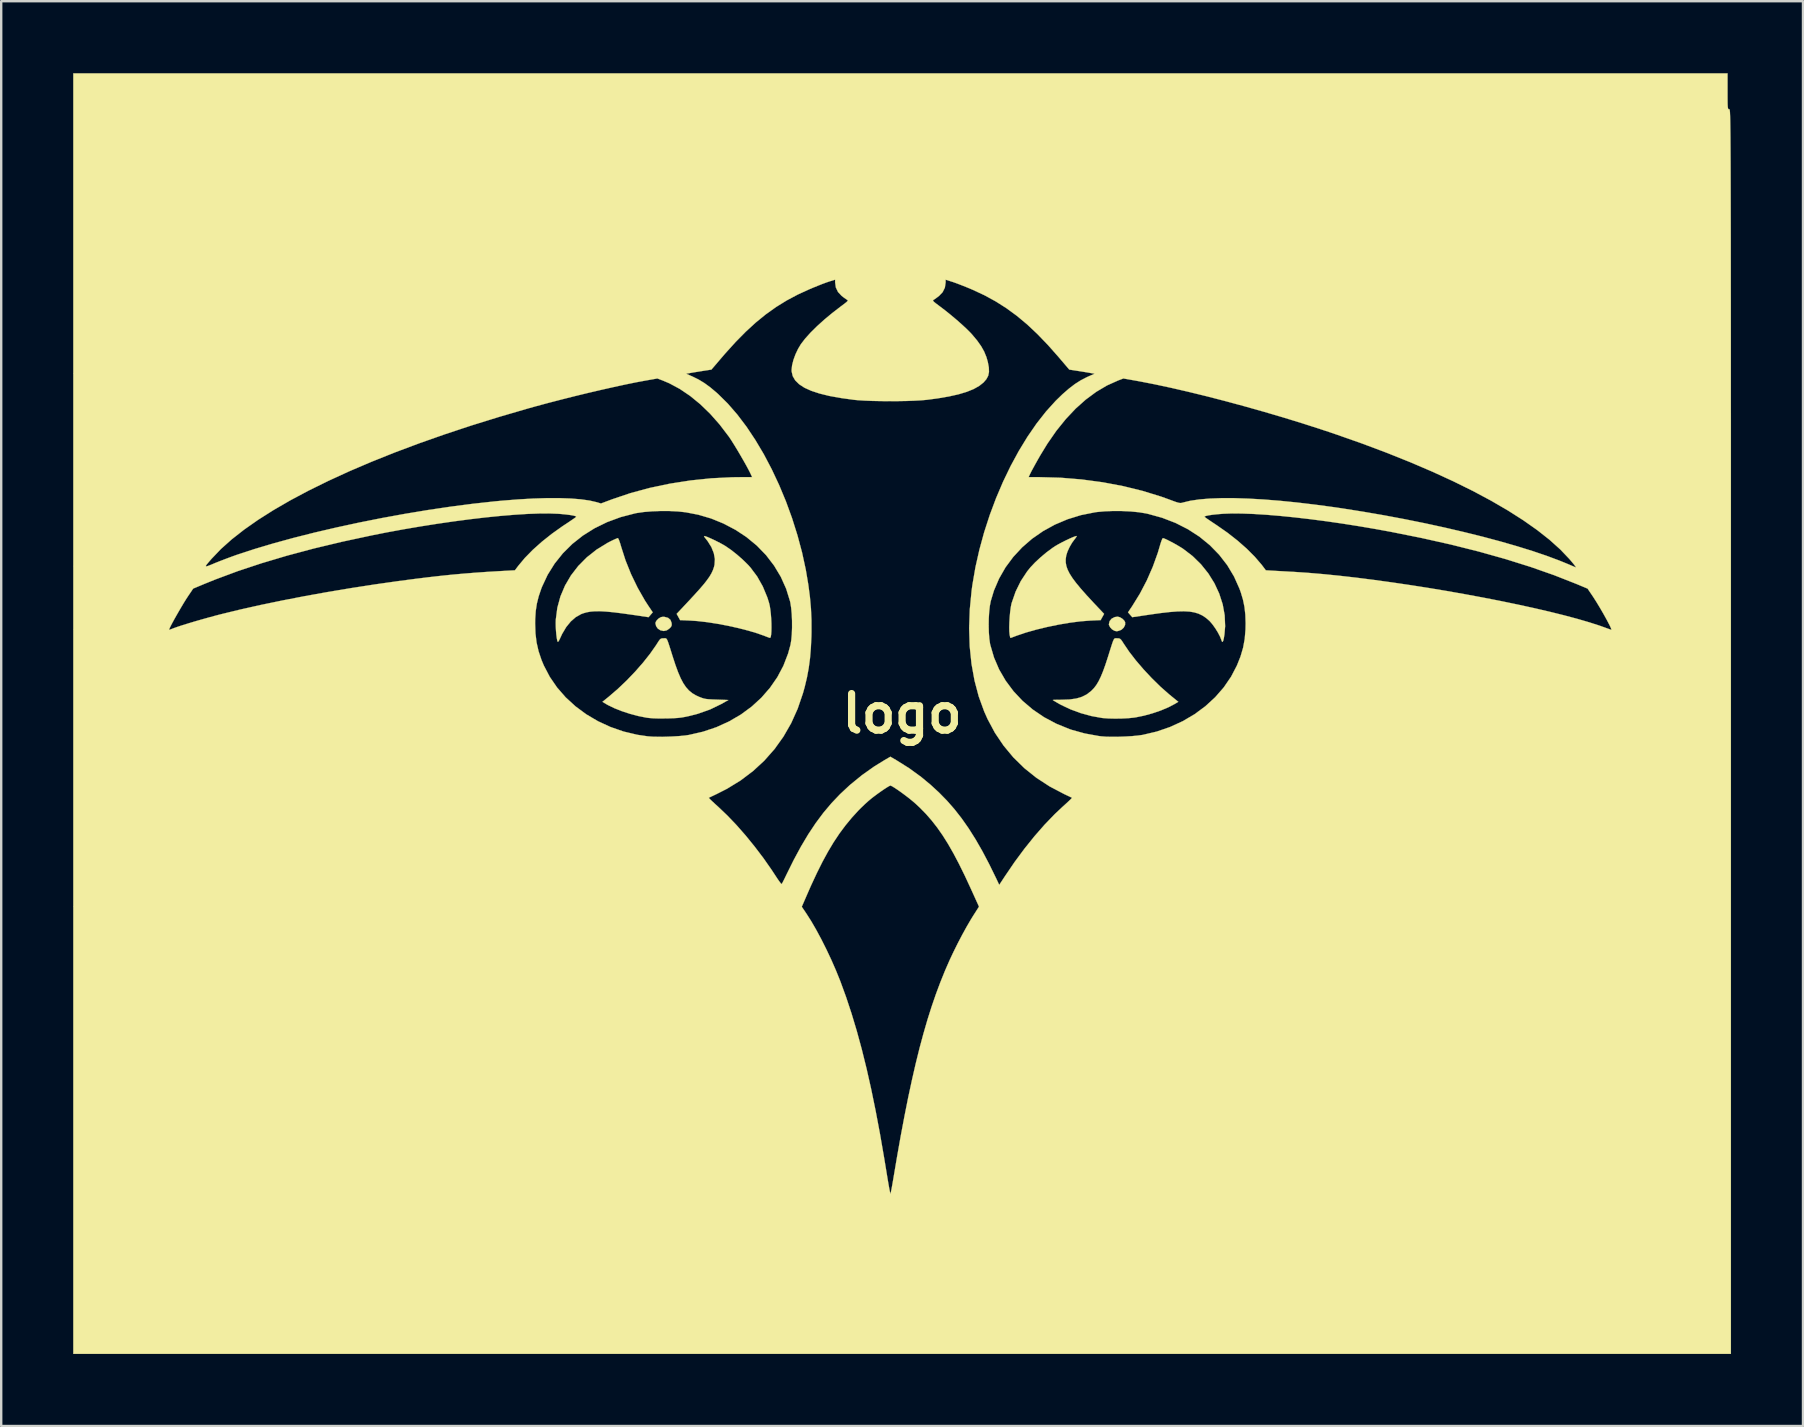
<source format=kicad_pcb>
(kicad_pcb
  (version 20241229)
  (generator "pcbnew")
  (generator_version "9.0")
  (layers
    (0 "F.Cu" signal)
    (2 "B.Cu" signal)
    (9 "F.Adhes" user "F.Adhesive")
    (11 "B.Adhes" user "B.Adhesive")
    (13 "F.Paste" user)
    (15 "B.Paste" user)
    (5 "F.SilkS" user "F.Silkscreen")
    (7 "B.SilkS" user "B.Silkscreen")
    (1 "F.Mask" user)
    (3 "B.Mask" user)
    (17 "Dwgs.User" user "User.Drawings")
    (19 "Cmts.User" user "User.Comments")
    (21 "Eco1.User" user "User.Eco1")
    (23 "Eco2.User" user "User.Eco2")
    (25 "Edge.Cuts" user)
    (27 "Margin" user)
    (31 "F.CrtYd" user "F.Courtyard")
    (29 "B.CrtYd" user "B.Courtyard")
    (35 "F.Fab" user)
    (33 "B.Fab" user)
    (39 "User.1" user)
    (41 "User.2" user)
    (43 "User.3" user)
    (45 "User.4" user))
  (footprint "logo"
    (layer "F.Cu")
    (at 34.546 26.69)
    (property "Reference" "logo" (at 0 0 0) (layer "F.SilkS") (effects (font (size 1.524 1.524) (thickness 0.3))))
    (attr through_hole)
    (fp_poly (pts (xy 9.079 -4.015) (xy 9.18 -3.954) (xy 9.261 -3.873) (xy 9.295 -3.81) (xy 9.294 -3.698) (xy 9.241 -3.588) (xy 9.148 -3.5) (xy 9.091 -3.472) (xy 8.999 -3.441) (xy 8.938 -3.432) (xy 8.877 -3.445) (xy 8.841 -3.457) (xy 8.748 -3.513) (xy 8.669 -3.599) (xy 8.623 -3.691) (xy 8.618 -3.724) (xy 8.649 -3.855) (xy 8.735 -3.958) (xy 8.863 -4.023) (xy 8.984 -4.04) (xy 9.079 -4.015)) (stroke (width 0.01) (type solid)) (fill yes) (layer "F.SilkS"))
    (fp_poly (pts (xy -9.897 -4.03) (xy -9.751 -3.99) (xy -9.655 -3.907) (xy -9.607 -3.781) (xy -9.606 -3.773) (xy -9.601 -3.684) (xy -9.63 -3.617) (xy -9.687 -3.555) (xy -9.808 -3.469) (xy -9.935 -3.442) (xy -10.076 -3.473) (xy -10.076 -3.473) (xy -10.179 -3.541) (xy -10.251 -3.644) (xy -10.279 -3.757) (xy -10.272 -3.81) (xy -10.231 -3.88) (xy -10.158 -3.954) (xy -10.142 -3.966) (xy -10.052 -4.02) (xy -9.963 -4.035) (xy -9.897 -4.03)) (stroke (width 0.01) (type solid)) (fill yes) (layer "F.SilkS"))
    (fp_poly (pts (xy -11.823 -7.286) (xy -11.79 -7.21) (xy -11.751 -7.097) (xy -11.71 -6.959) (xy -11.709 -6.954) (xy -11.526 -6.384) (xy -11.294 -5.807) (xy -11.021 -5.243) (xy -10.717 -4.71) (xy -10.57 -4.484) (xy -10.392 -4.22) (xy -10.48 -4.119) (xy -10.568 -4.018) (xy -11.252 -4.12) (xy -11.667 -4.178) (xy -12.021 -4.222) (xy -12.322 -4.251) (xy -12.578 -4.266) (xy -12.797 -4.265) (xy -12.985 -4.25) (xy -13.151 -4.22) (xy -13.301 -4.176) (xy -13.376 -4.147) (xy -13.599 -4.022) (xy -13.808 -3.84) (xy -13.999 -3.606) (xy -14.168 -3.321) (xy -14.252 -3.14) (xy -14.295 -3.052) (xy -14.33 -2.998) (xy -14.351 -2.99) (xy -14.373 -3.05) (xy -14.393 -3.158) (xy -14.411 -3.3) (xy -14.425 -3.462) (xy -14.434 -3.631) (xy -14.436 -3.793) (xy -14.432 -3.922) (xy -14.368 -4.412) (xy -14.239 -4.884) (xy -14.048 -5.335) (xy -13.8 -5.759) (xy -13.496 -6.153) (xy -13.139 -6.513) (xy -12.734 -6.834) (xy -12.281 -7.112) (xy -12.159 -7.176) (xy -12.033 -7.237) (xy -11.928 -7.284) (xy -11.86 -7.311) (xy -11.845 -7.314) (xy -11.823 -7.286)) (stroke (width 0.01) (type solid)) (fill yes) (layer "F.SilkS"))
    (fp_poly (pts (xy 10.924 -7.298) (xy 11.024 -7.254) (xy 11.155 -7.188) (xy 11.304 -7.11) (xy 11.457 -7.024) (xy 11.601 -6.938) (xy 11.71 -6.869) (xy 12.106 -6.565) (xy 12.458 -6.22) (xy 12.763 -5.84) (xy 13.017 -5.431) (xy 13.217 -5) (xy 13.361 -4.554) (xy 13.444 -4.099) (xy 13.463 -3.642) (xy 13.435 -3.305) (xy 13.408 -3.138) (xy 13.382 -3.033) (xy 13.356 -2.987) (xy 13.331 -3.002) (xy 13.313 -3.05) (xy 13.255 -3.2) (xy 13.164 -3.375) (xy 13.052 -3.557) (xy 12.931 -3.724) (xy 12.814 -3.859) (xy 12.789 -3.882) (xy 12.65 -3.999) (xy 12.505 -4.094) (xy 12.349 -4.167) (xy 12.174 -4.219) (xy 11.974 -4.252) (xy 11.741 -4.264) (xy 11.47 -4.258) (xy 11.153 -4.233) (xy 10.783 -4.191) (xy 10.354 -4.131) (xy 10.282 -4.12) (xy 9.591 -4.018) (xy 9.503 -4.119) (xy 9.415 -4.22) (xy 9.593 -4.484) (xy 9.909 -4.996) (xy 10.198 -5.548) (xy 10.449 -6.122) (xy 10.656 -6.697) (xy 10.732 -6.954) (xy 10.773 -7.093) (xy 10.812 -7.207) (xy 10.845 -7.284) (xy 10.868 -7.314) (xy 10.868 -7.314) (xy 10.924 -7.298)) (stroke (width 0.01) (type solid)) (fill yes) (layer "F.SilkS"))
    (fp_poly (pts (xy -9.837 -3.132) (xy -9.813 -3.109) (xy -9.787 -3.065) (xy -9.758 -2.993) (xy -9.722 -2.887) (xy -9.674 -2.739) (xy -9.613 -2.544) (xy -9.562 -2.38) (xy -9.446 -2.026) (xy -9.337 -1.728) (xy -9.23 -1.478) (xy -9.122 -1.272) (xy -9.008 -1.103) (xy -8.886 -0.966) (xy -8.751 -0.854) (xy -8.6 -0.763) (xy -8.461 -0.699) (xy -8.358 -0.659) (xy -8.27 -0.63) (xy -8.18 -0.611) (xy -8.07 -0.599) (xy -7.923 -0.59) (xy -7.728 -0.583) (xy -7.24 -0.566) (xy -7.536 -0.399) (xy -8.002 -0.173) (xy -8.514 0.008) (xy -8.862 0.098) (xy -9.035 0.135) (xy -9.186 0.162) (xy -9.336 0.18) (xy -9.506 0.191) (xy -9.717 0.199) (xy -9.822 0.201) (xy -10.121 0.204) (xy -10.365 0.197) (xy -10.564 0.181) (xy -10.659 0.168) (xy -10.995 0.101) (xy -11.342 0.009) (xy -11.681 -0.102) (xy -11.993 -0.226) (xy -12.261 -0.356) (xy -12.334 -0.398) (xy -12.488 -0.491) (xy -12.219 -0.709) (xy -11.851 -1.026) (xy -11.484 -1.375) (xy -11.13 -1.744) (xy -10.799 -2.121) (xy -10.503 -2.494) (xy -10.254 -2.85) (xy -10.206 -2.925) (xy -10.138 -3.031) (xy -10.089 -3.095) (xy -10.044 -3.126) (xy -9.99 -3.137) (xy -9.939 -3.138) (xy -9.897 -3.14) (xy -9.864 -3.14) (xy -9.837 -3.132)) (stroke (width 0.01) (type solid)) (fill yes) (layer "F.SilkS"))
    (fp_poly (pts (xy -8.213 -7.395) (xy -8.126 -7.365) (xy -8.005 -7.313) (xy -7.862 -7.248) (xy -7.71 -7.173) (xy -7.561 -7.096) (xy -7.428 -7.022) (xy -7.366 -6.985) (xy -7.133 -6.825) (xy -6.885 -6.63) (xy -6.643 -6.418) (xy -6.427 -6.206) (xy -6.326 -6.095) (xy -6.043 -5.719) (xy -5.806 -5.299) (xy -5.616 -4.842) (xy -5.544 -4.611) (xy -5.514 -4.482) (xy -5.49 -4.325) (xy -5.47 -4.147) (xy -5.456 -3.959) (xy -5.447 -3.771) (xy -5.445 -3.592) (xy -5.448 -3.431) (xy -5.457 -3.299) (xy -5.473 -3.205) (xy -5.495 -3.158) (xy -5.506 -3.155) (xy -5.549 -3.168) (xy -5.633 -3.199) (xy -5.705 -3.227) (xy -6.029 -3.344) (xy -6.407 -3.457) (xy -6.823 -3.564) (xy -7.26 -3.661) (xy -7.701 -3.744) (xy -8.131 -3.811) (xy -8.534 -3.857) (xy -8.822 -3.877) (xy -9.252 -3.896) (xy -9.324 -4.026) (xy -9.396 -4.157) (xy -8.912 -4.672) (xy -8.658 -4.946) (xy -8.446 -5.181) (xy -8.273 -5.382) (xy -8.135 -5.557) (xy -8.026 -5.711) (xy -7.944 -5.849) (xy -7.884 -5.979) (xy -7.841 -6.105) (xy -7.817 -6.205) (xy -7.802 -6.438) (xy -7.847 -6.686) (xy -7.948 -6.939) (xy -8.102 -7.185) (xy -8.178 -7.281) (xy -8.23 -7.348) (xy -8.253 -7.392) (xy -8.253 -7.4) (xy -8.213 -7.395)) (stroke (width 0.01) (type solid)) (fill yes) (layer "F.SilkS"))
    (fp_poly (pts (xy 7.276 -7.4) (xy 7.266 -7.37) (xy 7.225 -7.309) (xy 7.202 -7.281) (xy 7.085 -7.123) (xy 6.978 -6.939) (xy 6.892 -6.752) (xy 6.84 -6.587) (xy 6.84 -6.585) (xy 6.819 -6.439) (xy 6.82 -6.296) (xy 6.846 -6.149) (xy 6.9 -5.995) (xy 6.984 -5.829) (xy 7.102 -5.645) (xy 7.257 -5.438) (xy 7.451 -5.204) (xy 7.687 -4.937) (xy 7.969 -4.632) (xy 8.039 -4.558) (xy 8.419 -4.156) (xy 8.275 -3.896) (xy 7.845 -3.877) (xy 7.443 -3.846) (xy 6.999 -3.789) (xy 6.53 -3.71) (xy 6.055 -3.612) (xy 5.591 -3.5) (xy 5.158 -3.377) (xy 4.774 -3.247) (xy 4.715 -3.225) (xy 4.613 -3.186) (xy 4.54 -3.159) (xy 4.516 -3.152) (xy 4.505 -3.179) (xy 4.489 -3.248) (xy 4.481 -3.293) (xy 4.468 -3.425) (xy 4.465 -3.601) (xy 4.471 -3.805) (xy 4.484 -4.021) (xy 4.503 -4.232) (xy 4.528 -4.422) (xy 4.557 -4.575) (xy 4.567 -4.611) (xy 4.732 -5.085) (xy 4.947 -5.523) (xy 5.209 -5.921) (xy 5.349 -6.095) (xy 5.542 -6.3) (xy 5.773 -6.514) (xy 6.02 -6.721) (xy 6.264 -6.902) (xy 6.389 -6.985) (xy 6.509 -7.055) (xy 6.651 -7.131) (xy 6.803 -7.208) (xy 6.952 -7.279) (xy 7.087 -7.339) (xy 7.194 -7.381) (xy 7.261 -7.401) (xy 7.276 -7.4)) (stroke (width 0.01) (type solid)) (fill yes) (layer "F.SilkS"))
    (fp_poly (pts (xy 8.932 -3.139) (xy 8.962 -3.138) (xy 9.031 -3.135) (xy 9.08 -3.12) (xy 9.125 -3.08) (xy 9.178 -3.006) (xy 9.229 -2.925) (xy 9.463 -2.579) (xy 9.745 -2.214) (xy 10.064 -1.842) (xy 10.407 -1.475) (xy 10.762 -1.127) (xy 11.12 -0.81) (xy 11.227 -0.722) (xy 11.512 -0.491) (xy 11.365 -0.403) (xy 11.098 -0.263) (xy 10.782 -0.13) (xy 10.436 -0.012) (xy 10.081 0.086) (xy 9.737 0.156) (xy 9.665 0.167) (xy 9.433 0.191) (xy 9.162 0.205) (xy 8.878 0.209) (xy 8.605 0.203) (xy 8.369 0.186) (xy 8.326 0.181) (xy 7.892 0.102) (xy 7.448 -0.019) (xy 7.019 -0.177) (xy 6.628 -0.362) (xy 6.568 -0.394) (xy 6.446 -0.464) (xy 6.35 -0.521) (xy 6.291 -0.558) (xy 6.28 -0.567) (xy 6.313 -0.571) (xy 6.401 -0.574) (xy 6.53 -0.576) (xy 6.655 -0.577) (xy 6.985 -0.589) (xy 7.261 -0.629) (xy 7.495 -0.699) (xy 7.698 -0.802) (xy 7.88 -0.943) (xy 7.889 -0.951) (xy 7.997 -1.063) (xy 8.096 -1.193) (xy 8.19 -1.35) (xy 8.282 -1.538) (xy 8.376 -1.767) (xy 8.475 -2.042) (xy 8.582 -2.37) (xy 8.585 -2.38) (xy 8.657 -2.611) (xy 8.714 -2.79) (xy 8.757 -2.924) (xy 8.791 -3.019) (xy 8.819 -3.081) (xy 8.843 -3.118) (xy 8.868 -3.135) (xy 8.897 -3.14) (xy 8.932 -3.139)) (stroke (width 0.01) (type solid)) (fill yes) (layer "F.SilkS"))
    (fp_poly (pts (xy 34.402 -25.936) (xy 34.402 -25.702) (xy 34.403 -25.524) (xy 34.405 -25.391) (xy 34.41 -25.299) (xy 34.418 -25.24) (xy 34.428 -25.206) (xy 34.444 -25.19) (xy 34.464 -25.186) (xy 34.471 -25.186) (xy 34.475 -25.186) (xy 34.479 -25.184) (xy 34.483 -25.18) (xy 34.487 -25.172) (xy 34.49 -25.16) (xy 34.493 -25.141) (xy 34.497 -25.115) (xy 34.5 -25.081) (xy 34.503 -25.036) (xy 34.505 -24.981) (xy 34.508 -24.914) (xy 34.51 -24.833) (xy 34.513 -24.737) (xy 34.515 -24.626) (xy 34.517 -24.498) (xy 34.519 -24.351) (xy 34.521 -24.185) (xy 34.523 -23.998) (xy 34.524 -23.789) (xy 34.526 -23.558) (xy 34.527 -23.302) (xy 34.529 -23.02) (xy 34.53 -22.712) (xy 34.531 -22.375) (xy 34.532 -22.01) (xy 34.533 -21.614) (xy 34.534 -21.186) (xy 34.535 -20.726) (xy 34.536 -20.232) (xy 34.537 -19.702) (xy 34.537 -19.136) (xy 34.538 -18.532) (xy 34.538 -17.889) (xy 34.539 -17.207) (xy 34.539 -16.482) (xy 34.54 -15.716) (xy 34.54 -14.905) (xy 34.54 -14.05) (xy 34.54 -13.149) (xy 34.541 -12.2) (xy 34.541 -11.202) (xy 34.541 -10.155) (xy 34.541 -9.057) (xy 34.541 -7.906) (xy 34.541 -6.702) (xy 34.541 -5.443) (xy 34.541 -4.129) (xy 34.541 -2.757) (xy 34.541 -1.327) (xy 34.541 0.162) (xy 34.541 26.685) (xy -34.541 26.685) (xy -34.541 8.05) (xy -4.181 8.05) (xy -3.991 8.332) (xy -3.79 8.647) (xy -3.579 9.011) (xy -3.364 9.411) (xy -3.151 9.835) (xy -2.945 10.274) (xy -2.752 10.715) (xy -2.578 11.146) (xy -2.569 11.17) (xy -2.333 11.817) (xy -2.107 12.5) (xy -1.89 13.222) (xy -1.682 13.985) (xy -1.482 14.792) (xy -1.289 15.648) (xy -1.103 16.554) (xy -0.922 17.513) (xy -0.746 18.53) (xy -0.674 18.966) (xy -0.634 19.211) (xy -0.597 19.436) (xy -0.563 19.633) (xy -0.534 19.797) (xy -0.51 19.919) (xy -0.495 19.993) (xy -0.488 20.014) (xy -0.477 19.985) (xy -0.459 19.905) (xy -0.435 19.783) (xy -0.407 19.627) (xy -0.376 19.448) (xy -0.372 19.425) (xy -0.213 18.485) (xy -0.057 17.604) (xy 0.099 16.776) (xy 0.254 15.999) (xy 0.411 15.269) (xy 0.568 14.583) (xy 0.728 13.937) (xy 0.892 13.328) (xy 1.059 12.752) (xy 1.232 12.206) (xy 1.411 11.686) (xy 1.597 11.189) (xy 1.79 10.711) (xy 1.977 10.283) (xy 2.142 9.932) (xy 2.322 9.569) (xy 2.51 9.21) (xy 2.697 8.871) (xy 2.876 8.565) (xy 2.974 8.407) (xy 3.205 8.046) (xy 2.86 7.285) (xy 2.609 6.745) (xy 2.37 6.26) (xy 2.139 5.823) (xy 1.914 5.429) (xy 1.69 5.073) (xy 1.464 4.75) (xy 1.233 4.454) (xy 0.993 4.179) (xy 0.74 3.921) (xy 0.561 3.754) (xy 0.438 3.648) (xy 0.294 3.53) (xy 0.137 3.41) (xy -0.022 3.292) (xy -0.172 3.186) (xy -0.305 3.097) (xy -0.409 3.033) (xy -0.476 3.001) (xy -0.488 2.999) (xy -0.534 3.018) (xy -0.622 3.069) (xy -0.741 3.146) (xy -0.88 3.241) (xy -1.029 3.347) (xy -1.175 3.456) (xy -1.269 3.528) (xy -1.403 3.64) (xy -1.558 3.78) (xy -1.713 3.929) (xy -1.817 4.033) (xy -2.098 4.341) (xy -2.361 4.66) (xy -2.611 4.996) (xy -2.851 5.356) (xy -3.085 5.747) (xy -3.318 6.174) (xy -3.553 6.645) (xy -3.795 7.165) (xy -3.945 7.506) (xy -4.181 8.05) (xy -34.541 8.05) (xy -34.541 -3.499) (xy -30.55 -3.499) (xy -30.549 -3.489) (xy -30.513 -3.5) (xy -30.433 -3.53) (xy -30.347 -3.563) (xy -30.197 -3.616) (xy -29.992 -3.684) (xy -29.744 -3.76) (xy -29.732 -3.764) (xy -15.294 -3.764) (xy -15.28 -3.346) (xy -15.234 -2.965) (xy -15.151 -2.601) (xy -15.028 -2.235) (xy -14.931 -2.004) (xy -14.683 -1.53) (xy -14.378 -1.086) (xy -14.02 -0.676) (xy -13.614 -0.304) (xy -13.165 0.028) (xy -12.678 0.316) (xy -12.158 0.556) (xy -11.609 0.747) (xy -11.037 0.883) (xy -10.603 0.947) (xy -10.397 0.962) (xy -10.142 0.967) (xy -9.859 0.965) (xy -9.568 0.954) (xy -9.29 0.937) (xy -9.046 0.913) (xy -8.893 0.891) (xy -8.302 0.756) (xy -7.74 0.567) (xy -7.212 0.327) (xy -6.721 0.041) (xy -6.271 -0.29) (xy -5.865 -0.662) (xy -5.507 -1.073) (xy -5.199 -1.518) (xy -4.946 -1.996) (xy -4.751 -2.503) (xy -4.652 -2.862) (xy -4.618 -3.065) (xy -4.596 -3.311) (xy -4.586 -3.585) (xy -4.587 -3.87) (xy -4.599 -4.149) (xy -4.623 -4.406) (xy -4.657 -4.625) (xy -4.67 -4.682) (xy -4.832 -5.204) (xy -5.055 -5.701) (xy -5.336 -6.169) (xy -5.67 -6.605) (xy -6.057 -7.004) (xy -6.491 -7.361) (xy -6.937 -7.655) (xy -7.443 -7.921) (xy -7.957 -8.131) (xy -8.49 -8.288) (xy -9.019 -8.39) (xy -9.331 -8.424) (xy -9.681 -8.442) (xy -10.05 -8.444) (xy -10.417 -8.43) (xy -10.762 -8.402) (xy -11.065 -8.358) (xy -11.13 -8.345) (xy -11.729 -8.189) (xy -12.293 -7.981) (xy -12.818 -7.724) (xy -13.303 -7.42) (xy -13.744 -7.072) (xy -14.138 -6.681) (xy -14.482 -6.251) (xy -14.774 -5.783) (xy -15.009 -5.281) (xy -15.038 -5.205) (xy -15.146 -4.887) (xy -15.222 -4.583) (xy -15.269 -4.274) (xy -15.291 -3.937) (xy -15.294 -3.764) (xy -29.732 -3.764) (xy -29.466 -3.844) (xy -29.169 -3.929) (xy -28.866 -4.014) (xy -28.569 -4.094) (xy -28.358 -4.148) (xy -27.573 -4.339) (xy -26.729 -4.528) (xy -25.835 -4.713) (xy -24.902 -4.894) (xy -23.94 -5.067) (xy -22.96 -5.231) (xy -21.971 -5.384) (xy -20.984 -5.524) (xy -20.306 -5.613) (xy -19.764 -5.68) (xy -19.261 -5.737) (xy -18.782 -5.787) (xy -18.309 -5.83) (xy -17.825 -5.869) (xy -17.313 -5.905) (xy -16.757 -5.938) (xy -16.451 -5.955) (xy -16.137 -5.972) (xy -15.994 -6.161) (xy -15.721 -6.488) (xy -15.392 -6.824) (xy -15.015 -7.161) (xy -14.6 -7.491) (xy -14.158 -7.806) (xy -14.096 -7.847) (xy -13.933 -7.954) (xy -13.792 -8.05) (xy -13.679 -8.127) (xy -13.606 -8.18) (xy -13.58 -8.202) (xy -13.603 -8.225) (xy -13.687 -8.25) (xy -13.824 -8.275) (xy -14.003 -8.298) (xy -14.217 -8.319) (xy -14.34 -8.328) (xy -14.71 -8.342) (xy -15.14 -8.339) (xy -15.626 -8.321) (xy -16.161 -8.287) (xy -16.739 -8.239) (xy -17.354 -8.177) (xy -18 -8.101) (xy -18.671 -8.013) (xy -19.362 -7.913) (xy -20.066 -7.802) (xy -20.777 -7.681) (xy -21.49 -7.55) (xy -22.085 -7.432) (xy -23.33 -7.165) (xy -24.514 -6.882) (xy -25.637 -6.582) (xy -26.697 -6.266) (xy -27.692 -5.936) (xy -28.622 -5.59) (xy -29.086 -5.402) (xy -29.545 -5.21) (xy -29.76 -4.892) (xy -29.841 -4.768) (xy -29.934 -4.618) (xy -30.034 -4.451) (xy -30.137 -4.275) (xy -30.238 -4.099) (xy -30.333 -3.931) (xy -30.416 -3.778) (xy -30.483 -3.65) (xy -30.529 -3.554) (xy -30.55 -3.499) (xy -34.541 -3.499) (xy -34.541 -6.15) (xy -29.021 -6.15) (xy -29.002 -6.134) (xy -28.928 -6.154) (xy -28.798 -6.204) (xy -28.64 -6.271) (xy -28.435 -6.353) (xy -28.195 -6.445) (xy -27.949 -6.537) (xy -27.726 -6.617) (xy -27.72 -6.619) (xy -26.993 -6.857) (xy -26.205 -7.092) (xy -25.366 -7.322) (xy -24.484 -7.545) (xy -23.569 -7.758) (xy -22.63 -7.961) (xy -21.675 -8.151) (xy -20.715 -8.326) (xy -19.757 -8.485) (xy -18.812 -8.625) (xy -17.888 -8.745) (xy -16.994 -8.843) (xy -16.676 -8.873) (xy -16.009 -8.926) (xy -15.384 -8.962) (xy -14.806 -8.98) (xy -14.277 -8.98) (xy -13.8 -8.963) (xy -13.381 -8.929) (xy -13.021 -8.878) (xy -12.724 -8.809) (xy -12.704 -8.803) (xy -12.55 -8.756) (xy -12.076 -8.934) (xy -11.317 -9.19) (xy -10.513 -9.407) (xy -9.676 -9.583) (xy -8.816 -9.717) (xy -7.944 -9.807) (xy -7.073 -9.85) (xy -6.727 -9.854) (xy -6.249 -9.854) (xy -6.324 -10.015) (xy -6.394 -10.154) (xy -6.49 -10.333) (xy -6.606 -10.539) (xy -6.733 -10.759) (xy -6.864 -10.981) (xy -6.991 -11.19) (xy -7.107 -11.375) (xy -7.204 -11.522) (xy -7.226 -11.552) (xy -7.604 -12.048) (xy -8 -12.496) (xy -8.411 -12.894) (xy -8.834 -13.24) (xy -9.266 -13.532) (xy -9.704 -13.767) (xy -9.976 -13.882) (xy -10.199 -13.967) (xy -10.691 -13.88) (xy -11.081 -13.808) (xy -11.527 -13.717) (xy -12.016 -13.611) (xy -12.539 -13.493) (xy -13.083 -13.366) (xy -13.639 -13.231) (xy -14.194 -13.091) (xy -14.739 -12.95) (xy -15.262 -12.809) (xy -15.595 -12.716) (xy -16.79 -12.367) (xy -17.945 -12.009) (xy -19.057 -11.641) (xy -20.125 -11.265) (xy -21.147 -10.882) (xy -22.12 -10.492) (xy -23.043 -10.098) (xy -23.914 -9.698) (xy -24.731 -9.296) (xy -25.492 -8.891) (xy -26.195 -8.484) (xy -26.839 -8.076) (xy -27.42 -7.669) (xy -27.938 -7.263) (xy -28.39 -6.859) (xy -28.774 -6.457) (xy -28.788 -6.442) (xy -28.911 -6.3) (xy -28.99 -6.204) (xy -29.021 -6.15) (xy -34.541 -6.15) (xy -34.541 -14.164) (xy -8.999 -14.164) (xy -8.73 -14.045) (xy -8.481 -13.922) (xy -8.242 -13.777) (xy -7.999 -13.6) (xy -7.738 -13.381) (xy -7.672 -13.322) (xy -7.265 -12.92) (xy -6.868 -12.463) (xy -6.484 -11.956) (xy -6.116 -11.403) (xy -5.764 -10.811) (xy -5.434 -10.184) (xy -5.126 -9.528) (xy -4.843 -8.849) (xy -4.588 -8.15) (xy -4.363 -7.438) (xy -4.17 -6.718) (xy -4.013 -5.995) (xy -3.908 -5.371) (xy -3.841 -4.855) (xy -3.798 -4.371) (xy -3.777 -3.895) (xy -3.776 -3.4) (xy -3.78 -3.213) (xy -3.802 -2.736) (xy -3.838 -2.303) (xy -3.892 -1.898) (xy -3.965 -1.505) (xy -4.06 -1.107) (xy -4.134 -0.842) (xy -4.353 -0.202) (xy -4.623 0.399) (xy -4.945 0.959) (xy -5.317 1.479) (xy -5.739 1.957) (xy -6.21 2.392) (xy -6.728 2.784) (xy -7.294 3.131) (xy -7.729 3.352) (xy -7.861 3.415) (xy -7.969 3.466) (xy -8.038 3.5) (xy -8.057 3.509) (xy -8.038 3.533) (xy -7.979 3.593) (xy -7.885 3.682) (xy -7.765 3.793) (xy -7.653 3.894) (xy -7.286 4.244) (xy -6.906 4.641) (xy -6.523 5.077) (xy -6.145 5.542) (xy -5.779 6.024) (xy -5.436 6.515) (xy -5.262 6.78) (xy -5.178 6.907) (xy -5.105 7.01) (xy -5.051 7.079) (xy -5.021 7.105) (xy -5.019 7.104) (xy -4.998 7.07) (xy -4.956 6.99) (xy -4.899 6.877) (xy -4.833 6.74) (xy -4.822 6.717) (xy -4.517 6.101) (xy -4.214 5.54) (xy -3.909 5.028) (xy -3.598 4.56) (xy -3.276 4.129) (xy -2.94 3.731) (xy -2.585 3.358) (xy -2.207 3.005) (xy -2.166 2.968) (xy -1.667 2.561) (xy -1.158 2.201) (xy -0.741 1.944) (xy -0.488 1.797) (xy -0.236 1.944) (xy 0.295 2.277) (xy 0.801 2.646) (xy 1.189 2.968) (xy 1.539 3.29) (xy 1.868 3.626) (xy 2.181 3.983) (xy 2.481 4.366) (xy 2.772 4.781) (xy 3.057 5.232) (xy 3.341 5.726) (xy 3.627 6.269) (xy 3.919 6.865) (xy 3.992 7.02) (xy 4.048 7.14) (xy 4.287 6.776) (xy 4.685 6.191) (xy 5.097 5.634) (xy 5.518 5.11) (xy 5.941 4.627) (xy 6.36 4.192) (xy 6.676 3.894) (xy 6.812 3.771) (xy 6.928 3.664) (xy 7.016 3.58) (xy 7.068 3.526) (xy 7.08 3.509) (xy 7.045 3.491) (xy 6.962 3.451) (xy 6.845 3.396) (xy 6.752 3.352) (xy 6.152 3.037) (xy 5.599 2.677) (xy 5.093 2.272) (xy 4.636 1.824) (xy 4.227 1.332) (xy 3.868 0.799) (xy 3.56 0.223) (xy 3.42 -0.092) (xy 3.194 -0.714) (xy 3.019 -1.375) (xy 2.893 -2.072) (xy 2.818 -2.801) (xy 2.794 -3.558) (xy 2.798 -3.672) (xy 3.608 -3.672) (xy 3.615 -3.393) (xy 3.633 -3.137) (xy 3.664 -2.919) (xy 3.676 -2.862) (xy 3.83 -2.337) (xy 4.044 -1.838) (xy 4.317 -1.369) (xy 4.643 -0.932) (xy 5.02 -0.531) (xy 5.446 -0.169) (xy 5.916 0.15) (xy 6.427 0.422) (xy 6.977 0.646) (xy 7.067 0.677) (xy 7.612 0.828) (xy 8.188 0.933) (xy 8.294 0.947) (xy 8.488 0.962) (xy 8.732 0.968) (xy 9.006 0.966) (xy 9.292 0.956) (xy 9.57 0.94) (xy 9.82 0.916) (xy 10.024 0.888) (xy 10.031 0.886) (xy 10.614 0.749) (xy 11.171 0.557) (xy 11.698 0.315) (xy 12.189 0.026) (xy 12.641 -0.308) (xy 13.048 -0.682) (xy 13.406 -1.093) (xy 13.711 -1.538) (xy 13.954 -2.004) (xy 14.104 -2.38) (xy 14.211 -2.743) (xy 14.279 -3.111) (xy 14.312 -3.505) (xy 14.317 -3.764) (xy 14.305 -4.121) (xy 14.27 -4.441) (xy 14.208 -4.744) (xy 14.116 -5.053) (xy 14.061 -5.205) (xy 13.834 -5.713) (xy 13.551 -6.186) (xy 13.214 -6.621) (xy 12.827 -7.018) (xy 12.393 -7.373) (xy 11.914 -7.683) (xy 11.394 -7.947) (xy 10.836 -8.162) (xy 10.691 -8.202) (xy 12.603 -8.202) (xy 12.633 -8.177) (xy 12.709 -8.122) (xy 12.824 -8.044) (xy 12.968 -7.947) (xy 13.119 -7.847) (xy 13.564 -7.536) (xy 13.982 -7.208) (xy 14.364 -6.872) (xy 14.7 -6.535) (xy 14.981 -6.208) (xy 15.017 -6.161) (xy 15.16 -5.972) (xy 15.439 -5.956) (xy 15.57 -5.948) (xy 15.752 -5.938) (xy 15.966 -5.926) (xy 16.192 -5.913) (xy 16.329 -5.906) (xy 16.924 -5.866) (xy 17.561 -5.812) (xy 18.235 -5.744) (xy 18.94 -5.664) (xy 19.669 -5.571) (xy 20.417 -5.468) (xy 21.177 -5.356) (xy 21.944 -5.236) (xy 22.711 -5.108) (xy 23.472 -4.973) (xy 24.221 -4.834) (xy 24.953 -4.691) (xy 25.661 -4.544) (xy 26.339 -4.396) (xy 26.981 -4.247) (xy 27.581 -4.098) (xy 28.133 -3.951) (xy 28.631 -3.806) (xy 29.07 -3.665) (xy 29.29 -3.586) (xy 29.41 -3.542) (xy 29.505 -3.509) (xy 29.556 -3.493) (xy 29.559 -3.492) (xy 29.559 -3.515) (xy 29.534 -3.58) (xy 29.495 -3.665) (xy 29.373 -3.899) (xy 29.231 -4.156) (xy 29.08 -4.416) (xy 28.932 -4.66) (xy 28.798 -4.87) (xy 28.783 -4.892) (xy 28.568 -5.209) (xy 28.092 -5.408) (xy 27.174 -5.769) (xy 26.191 -6.114) (xy 25.144 -6.442) (xy 24.037 -6.753) (xy 22.87 -7.046) (xy 21.647 -7.32) (xy 20.369 -7.576) (xy 19.73 -7.693) (xy 19.031 -7.812) (xy 18.338 -7.921) (xy 17.657 -8.019) (xy 16.995 -8.105) (xy 16.357 -8.179) (xy 15.75 -8.24) (xy 15.18 -8.287) (xy 14.652 -8.32) (xy 14.173 -8.338) (xy 13.749 -8.342) (xy 13.386 -8.329) (xy 13.374 -8.328) (xy 13.142 -8.309) (xy 12.941 -8.288) (xy 12.779 -8.263) (xy 12.665 -8.239) (xy 12.607 -8.214) (xy 12.603 -8.202) (xy 10.691 -8.202) (xy 10.242 -8.326) (xy 10.153 -8.345) (xy 9.864 -8.392) (xy 9.528 -8.425) (xy 9.164 -8.442) (xy 8.794 -8.444) (xy 8.437 -8.43) (xy 8.114 -8.4) (xy 8.042 -8.39) (xy 7.456 -8.273) (xy 6.896 -8.1) (xy 6.367 -7.876) (xy 5.873 -7.604) (xy 5.416 -7.287) (xy 5.001 -6.927) (xy 4.631 -6.528) (xy 4.309 -6.094) (xy 4.041 -5.626) (xy 3.828 -5.129) (xy 3.693 -4.682) (xy 3.655 -4.478) (xy 3.628 -4.231) (xy 3.612 -3.957) (xy 3.608 -3.672) (xy 2.798 -3.672) (xy 2.821 -4.34) (xy 2.899 -5.141) (xy 2.931 -5.371) (xy 3.057 -6.102) (xy 3.222 -6.833) (xy 3.421 -7.561) (xy 3.654 -8.279) (xy 3.917 -8.981) (xy 4.208 -9.664) (xy 4.3 -9.854) (xy 5.272 -9.854) (xy 5.733 -9.854) (xy 6.608 -9.83) (xy 7.485 -9.758) (xy 8.354 -9.642) (xy 9.204 -9.482) (xy 10.023 -9.281) (xy 10.802 -9.041) (xy 11.099 -8.934) (xy 11.283 -8.866) (xy 11.416 -8.818) (xy 11.51 -8.79) (xy 11.577 -8.778) (xy 11.63 -8.778) (xy 11.682 -8.789) (xy 11.709 -8.797) (xy 12.015 -8.871) (xy 12.384 -8.925) (xy 12.812 -8.961) (xy 13.298 -8.979) (xy 13.836 -8.979) (xy 14.425 -8.96) (xy 15.061 -8.924) (xy 15.74 -8.87) (xy 16.46 -8.798) (xy 17.217 -8.708) (xy 18.008 -8.602) (xy 18.352 -8.551) (xy 19.217 -8.414) (xy 20.081 -8.265) (xy 20.939 -8.104) (xy 21.785 -7.933) (xy 22.613 -7.753) (xy 23.416 -7.566) (xy 24.19 -7.374) (xy 24.927 -7.177) (xy 25.622 -6.977) (xy 26.268 -6.777) (xy 26.861 -6.576) (xy 27.394 -6.377) (xy 27.679 -6.261) (xy 27.829 -6.198) (xy 27.954 -6.145) (xy 28.042 -6.108) (xy 28.081 -6.093) (xy 28.082 -6.093) (xy 28.074 -6.113) (xy 28.038 -6.166) (xy 28.033 -6.174) (xy 27.98 -6.241) (xy 27.902 -6.335) (xy 27.814 -6.438) (xy 27.811 -6.442) (xy 27.431 -6.841) (xy 26.983 -7.244) (xy 26.469 -7.649) (xy 25.891 -8.056) (xy 25.251 -8.464) (xy 24.551 -8.871) (xy 23.792 -9.277) (xy 22.976 -9.68) (xy 22.105 -10.08) (xy 21.181 -10.476) (xy 20.206 -10.867) (xy 19.181 -11.252) (xy 18.108 -11.63) (xy 17.439 -11.854) (xy 16.668 -12.102) (xy 15.877 -12.345) (xy 15.075 -12.581) (xy 14.27 -12.808) (xy 13.473 -13.024) (xy 12.691 -13.226) (xy 11.933 -13.411) (xy 11.209 -13.578) (xy 10.528 -13.724) (xy 9.897 -13.847) (xy 9.714 -13.88) (xy 9.222 -13.967) (xy 8.999 -13.882) (xy 8.54 -13.676) (xy 8.091 -13.41) (xy 7.654 -13.087) (xy 7.23 -12.708) (xy 6.822 -12.274) (xy 6.429 -11.788) (xy 6.056 -11.25) (xy 5.755 -10.757) (xy 5.65 -10.573) (xy 5.551 -10.396) (xy 5.465 -10.239) (xy 5.396 -10.112) (xy 5.352 -10.026) (xy 5.347 -10.015) (xy 5.272 -9.854) (xy 4.3 -9.854) (xy 4.525 -10.321) (xy 4.865 -10.947) (xy 5.225 -11.537) (xy 5.603 -12.086) (xy 5.997 -12.588) (xy 6.404 -13.038) (xy 6.683 -13.309) (xy 6.951 -13.542) (xy 7.199 -13.732) (xy 7.44 -13.886) (xy 7.688 -14.015) (xy 7.753 -14.045) (xy 8.022 -14.164) (xy 7.858 -14.194) (xy 7.752 -14.213) (xy 7.601 -14.238) (xy 7.43 -14.265) (xy 7.33 -14.281) (xy 6.967 -14.337) (xy 6.524 -14.857) (xy 6.077 -15.363) (xy 5.643 -15.814) (xy 5.215 -16.217) (xy 4.786 -16.575) (xy 4.352 -16.893) (xy 3.905 -17.177) (xy 3.439 -17.432) (xy 2.947 -17.661) (xy 2.913 -17.676) (xy 2.711 -17.761) (xy 2.505 -17.843) (xy 2.314 -17.917) (xy 2.158 -17.974) (xy 2.102 -17.992) (xy 1.814 -18.084) (xy 1.814 -17.968) (xy 1.783 -17.752) (xy 1.689 -17.563) (xy 1.542 -17.409) (xy 1.444 -17.334) (xy 1.359 -17.273) (xy 1.311 -17.243) (xy 1.289 -17.226) (xy 1.293 -17.2) (xy 1.331 -17.159) (xy 1.409 -17.095) (xy 1.533 -17.002) (xy 1.557 -16.984) (xy 1.777 -16.817) (xy 2.01 -16.63) (xy 2.243 -16.435) (xy 2.464 -16.241) (xy 2.663 -16.058) (xy 2.827 -15.896) (xy 2.911 -15.806) (xy 3.128 -15.547) (xy 3.295 -15.311) (xy 3.422 -15.085) (xy 3.515 -14.856) (xy 3.573 -14.652) (xy 3.615 -14.424) (xy 3.621 -14.237) (xy 3.588 -14.079) (xy 3.513 -13.938) (xy 3.395 -13.801) (xy 3.394 -13.8) (xy 3.213 -13.656) (xy 2.981 -13.526) (xy 2.695 -13.41) (xy 2.352 -13.307) (xy 1.949 -13.217) (xy 1.483 -13.137) (xy 1.029 -13.077) (xy 0.799 -13.057) (xy 0.514 -13.041) (xy 0.188 -13.029) (xy -0.165 -13.023) (xy -0.531 -13.021) (xy -0.895 -13.024) (xy -1.243 -13.031) (xy -1.561 -13.044) (xy -1.835 -13.061) (xy -2.006 -13.077) (xy -2.55 -13.152) (xy -3.028 -13.238) (xy -3.439 -13.339) (xy -3.786 -13.453) (xy -4.07 -13.582) (xy -4.292 -13.727) (xy -4.454 -13.887) (xy -4.558 -14.065) (xy -4.603 -14.259) (xy -4.605 -14.321) (xy -4.585 -14.514) (xy -4.529 -14.738) (xy -4.443 -14.973) (xy -4.334 -15.203) (xy -4.215 -15.401) (xy -4.04 -15.628) (xy -3.815 -15.878) (xy -3.545 -16.145) (xy -3.241 -16.42) (xy -2.909 -16.696) (xy -2.559 -16.966) (xy -2.534 -16.984) (xy -2.402 -17.083) (xy -2.317 -17.151) (xy -2.274 -17.195) (xy -2.265 -17.222) (xy -2.283 -17.241) (xy -2.288 -17.243) (xy -2.346 -17.28) (xy -2.435 -17.344) (xy -2.519 -17.409) (xy -2.671 -17.571) (xy -2.762 -17.761) (xy -2.791 -17.969) (xy -2.791 -18.085) (xy -3.044 -18.006) (xy -3.162 -17.966) (xy -3.326 -17.905) (xy -3.518 -17.829) (xy -3.722 -17.746) (xy -3.855 -17.69) (xy -4.345 -17.466) (xy -4.807 -17.22) (xy -5.249 -16.947) (xy -5.676 -16.643) (xy -6.096 -16.301) (xy -6.514 -15.918) (xy -6.938 -15.488) (xy -7.374 -15.006) (xy -7.502 -14.857) (xy -7.946 -14.337) (xy -8.308 -14.281) (xy -8.48 -14.253) (xy -8.645 -14.227) (xy -8.78 -14.204) (xy -8.835 -14.194) (xy -8.999 -14.164) (xy -34.541 -14.164) (xy -34.541 -26.685) (xy 34.402 -26.685) (xy 34.402 -25.936)) (stroke (width 0.01) (type solid)) (fill yes) (layer "F.SilkS")))
  (gr_rect
    (start -3 -3)
    (end 72.092 56.381)
    (stroke (width 0.1) (type default))
    (fill no)
    (layer "Edge.Cuts")))
</source>
